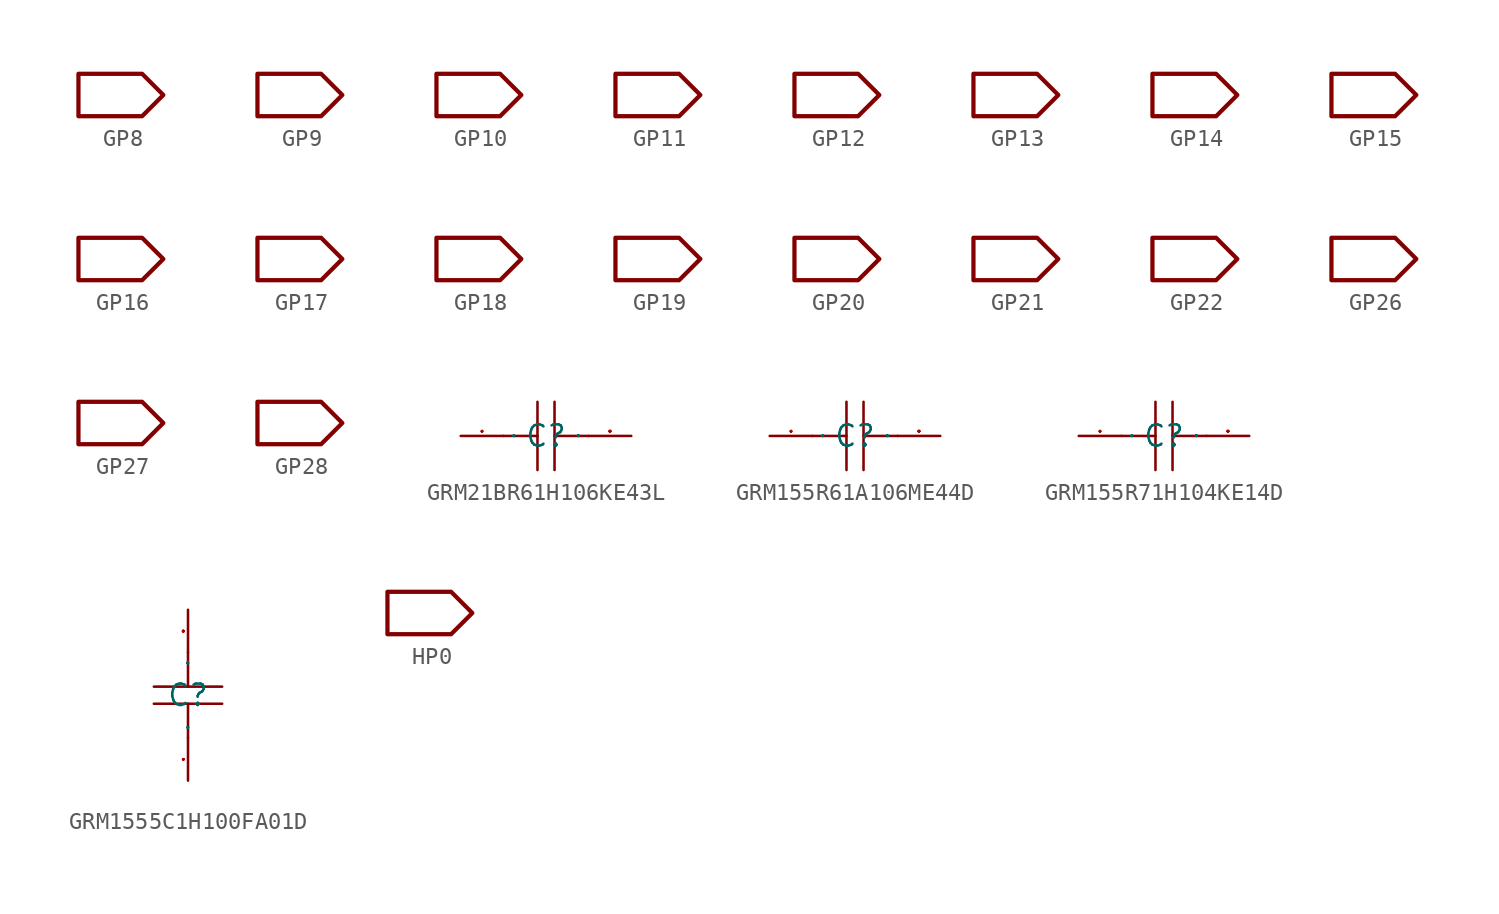
<source format=kicad_sym>
(kicad_symbol_lib
  (version 20241209)
  (generator "kicad_symbol_editor")
  (generator_version "9.0")
  (symbol "GP8"
    (power)
    (pin_numbers
      (hide yes))
    (pin_names
      (hide yes))
    (property "Reference" "#PWR"
      (at 0 0 0)
      (effects (font (size 1.27 1.27)) (hide yes)))
    (property "Value" ""
      (at 0 0 0)
      (effects (font (size 1.27 1.27))))
    (symbol "GP8_1_0"
      (polyline (pts (xy 0 0) (xy -1.27 -1.27) (xy -1.27 -1.27) (xy -5.08 -1.27) (xy -5.08 -1.27) (xy -5.08 1.27) (xy -5.08 1.27) (xy -1.27 1.27) (xy -1.27 1.27) (xy 0 0)) (stroke (width 0.254) (type default)) (fill (type none)))
      (pin input line (at 0 0 0) (length 0) (name "" (effects (font (size 0.025 0.025)))) (number "1" (effects (font (size 0 0)))))))
  (symbol "GP9"
    (power)
    (pin_numbers
      (hide yes))
    (pin_names
      (hide yes))
    (property "Reference" "#PWR"
      (at 0 0 0)
      (effects (font (size 1.27 1.27)) (hide yes)))
    (property "Value" ""
      (at 0 0 0)
      (effects (font (size 1.27 1.27))))
    (symbol "GP9_1_0"
      (polyline (pts (xy 0 0) (xy -1.27 -1.27) (xy -1.27 -1.27) (xy -5.08 -1.27) (xy -5.08 -1.27) (xy -5.08 1.27) (xy -5.08 1.27) (xy -1.27 1.27) (xy -1.27 1.27) (xy 0 0)) (stroke (width 0.254) (type default)) (fill (type none)))
      (pin input line (at 0 0 0) (length 0) (name "" (effects (font (size 0.025 0.025)))) (number "1" (effects (font (size 0 0)))))))
  (symbol "GP10"
    (power)
    (pin_numbers
      (hide yes))
    (pin_names
      (hide yes))
    (property "Reference" "#PWR"
      (at 0 0 0)
      (effects (font (size 1.27 1.27)) (hide yes)))
    (property "Value" ""
      (at 0 0 0)
      (effects (font (size 1.27 1.27))))
    (symbol "GP10_1_0"
      (polyline (pts (xy 0 0) (xy -1.27 -1.27) (xy -1.27 -1.27) (xy -5.08 -1.27) (xy -5.08 -1.27) (xy -5.08 1.27) (xy -5.08 1.27) (xy -1.27 1.27) (xy -1.27 1.27) (xy 0 0)) (stroke (width 0.254) (type default)) (fill (type none)))
      (pin input line (at 0 0 0) (length 0) (name "" (effects (font (size 0.025 0.025)))) (number "1" (effects (font (size 0 0)))))))
  (symbol "GP11"
    (power)
    (pin_numbers
      (hide yes))
    (pin_names
      (hide yes))
    (property "Reference" "#PWR"
      (at 0 0 0)
      (effects (font (size 1.27 1.27)) (hide yes)))
    (property "Value" ""
      (at 0 0 0)
      (effects (font (size 1.27 1.27))))
    (symbol "GP11_1_0"
      (polyline (pts (xy 0 0) (xy -1.27 -1.27) (xy -1.27 -1.27) (xy -5.08 -1.27) (xy -5.08 -1.27) (xy -5.08 1.27) (xy -5.08 1.27) (xy -1.27 1.27) (xy -1.27 1.27) (xy 0 0)) (stroke (width 0.254) (type default)) (fill (type none)))
      (pin input line (at 0 0 0) (length 0) (name "" (effects (font (size 0.025 0.025)))) (number "1" (effects (font (size 0 0)))))))
  (symbol "GP12"
    (power)
    (pin_numbers
      (hide yes))
    (pin_names
      (hide yes))
    (property "Reference" "#PWR"
      (at 0 0 0)
      (effects (font (size 1.27 1.27)) (hide yes)))
    (property "Value" ""
      (at 0 0 0)
      (effects (font (size 1.27 1.27))))
    (symbol "GP12_1_0"
      (polyline (pts (xy 0 0) (xy -1.27 -1.27) (xy -1.27 -1.27) (xy -5.08 -1.27) (xy -5.08 -1.27) (xy -5.08 1.27) (xy -5.08 1.27) (xy -1.27 1.27) (xy -1.27 1.27) (xy 0 0)) (stroke (width 0.254) (type default)) (fill (type none)))
      (pin input line (at 0 0 0) (length 0) (name "" (effects (font (size 0.025 0.025)))) (number "1" (effects (font (size 0 0)))))))
  (symbol "GP13"
    (power)
    (pin_numbers
      (hide yes))
    (pin_names
      (hide yes))
    (property "Reference" "#PWR"
      (at 0 0 0)
      (effects (font (size 1.27 1.27)) (hide yes)))
    (property "Value" ""
      (at 0 0 0)
      (effects (font (size 1.27 1.27))))
    (symbol "GP13_1_0"
      (polyline (pts (xy 0 0) (xy -1.27 -1.27) (xy -1.27 -1.27) (xy -5.08 -1.27) (xy -5.08 -1.27) (xy -5.08 1.27) (xy -5.08 1.27) (xy -1.27 1.27) (xy -1.27 1.27) (xy 0 0)) (stroke (width 0.254) (type default)) (fill (type none)))
      (pin input line (at 0 0 0) (length 0) (name "" (effects (font (size 0.025 0.025)))) (number "1" (effects (font (size 0 0)))))))
  (symbol "GP14"
    (power)
    (pin_numbers
      (hide yes))
    (pin_names
      (hide yes))
    (property "Reference" "#PWR"
      (at 0 0 0)
      (effects (font (size 1.27 1.27)) (hide yes)))
    (property "Value" ""
      (at 0 0 0)
      (effects (font (size 1.27 1.27))))
    (symbol "GP14_1_0"
      (polyline (pts (xy 0 0) (xy -1.27 -1.27) (xy -1.27 -1.27) (xy -5.08 -1.27) (xy -5.08 -1.27) (xy -5.08 1.27) (xy -5.08 1.27) (xy -1.27 1.27) (xy -1.27 1.27) (xy 0 0)) (stroke (width 0.254) (type default)) (fill (type none)))
      (pin input line (at 0 0 0) (length 0) (name "" (effects (font (size 0.025 0.025)))) (number "1" (effects (font (size 0 0)))))))
  (symbol "GP15"
    (power)
    (pin_numbers
      (hide yes))
    (pin_names
      (hide yes))
    (property "Reference" "#PWR"
      (at 0 0 0)
      (effects (font (size 1.27 1.27)) (hide yes)))
    (property "Value" ""
      (at 0 0 0)
      (effects (font (size 1.27 1.27))))
    (symbol "GP15_1_0"
      (polyline (pts (xy 0 0) (xy -1.27 -1.27) (xy -1.27 -1.27) (xy -5.08 -1.27) (xy -5.08 -1.27) (xy -5.08 1.27) (xy -5.08 1.27) (xy -1.27 1.27) (xy -1.27 1.27) (xy 0 0)) (stroke (width 0.254) (type default)) (fill (type none)))
      (pin input line (at 0 0 0) (length 0) (name "" (effects (font (size 0.025 0.025)))) (number "1" (effects (font (size 0 0)))))))
  (symbol "GP16"
    (power)
    (pin_numbers
      (hide yes))
    (pin_names
      (hide yes))
    (property "Reference" "#PWR"
      (at 0 0 0)
      (effects (font (size 1.27 1.27)) (hide yes)))
    (property "Value" ""
      (at 0 0 0)
      (effects (font (size 1.27 1.27))))
    (symbol "GP16_1_0"
      (polyline (pts (xy 0 0) (xy -1.27 -1.27) (xy -1.27 -1.27) (xy -5.08 -1.27) (xy -5.08 -1.27) (xy -5.08 1.27) (xy -5.08 1.27) (xy -1.27 1.27) (xy -1.27 1.27) (xy 0 0)) (stroke (width 0.254) (type default)) (fill (type none)))
      (pin input line (at 0 0 0) (length 0) (name "" (effects (font (size 0.025 0.025)))) (number "1" (effects (font (size 0 0)))))))
  (symbol "GP17"
    (power)
    (pin_numbers
      (hide yes))
    (pin_names
      (hide yes))
    (property "Reference" "#PWR"
      (at 0 0 0)
      (effects (font (size 1.27 1.27)) (hide yes)))
    (property "Value" ""
      (at 0 0 0)
      (effects (font (size 1.27 1.27))))
    (symbol "GP17_1_0"
      (polyline (pts (xy 0 0) (xy -1.27 -1.27) (xy -1.27 -1.27) (xy -5.08 -1.27) (xy -5.08 -1.27) (xy -5.08 1.27) (xy -5.08 1.27) (xy -1.27 1.27) (xy -1.27 1.27) (xy 0 0)) (stroke (width 0.254) (type default)) (fill (type none)))
      (pin input line (at 0 0 0) (length 0) (name "" (effects (font (size 0.025 0.025)))) (number "1" (effects (font (size 0 0)))))))
  (symbol "GP18"
    (power)
    (pin_numbers
      (hide yes))
    (pin_names
      (hide yes))
    (property "Reference" "#PWR"
      (at 0 0 0)
      (effects (font (size 1.27 1.27)) (hide yes)))
    (property "Value" ""
      (at 0 0 0)
      (effects (font (size 1.27 1.27))))
    (symbol "GP18_1_0"
      (polyline (pts (xy 0 0) (xy -1.27 -1.27) (xy -1.27 -1.27) (xy -5.08 -1.27) (xy -5.08 -1.27) (xy -5.08 1.27) (xy -5.08 1.27) (xy -1.27 1.27) (xy -1.27 1.27) (xy 0 0)) (stroke (width 0.254) (type default)) (fill (type none)))
      (pin input line (at 0 0 0) (length 0) (name "" (effects (font (size 0.025 0.025)))) (number "1" (effects (font (size 0 0)))))))
  (symbol "GP19"
    (power)
    (pin_numbers
      (hide yes))
    (pin_names
      (hide yes))
    (property "Reference" "#PWR"
      (at 0 0 0)
      (effects (font (size 1.27 1.27)) (hide yes)))
    (property "Value" ""
      (at 0 0 0)
      (effects (font (size 1.27 1.27))))
    (symbol "GP19_1_0"
      (polyline (pts (xy 0 0) (xy -1.27 -1.27) (xy -1.27 -1.27) (xy -5.08 -1.27) (xy -5.08 -1.27) (xy -5.08 1.27) (xy -5.08 1.27) (xy -1.27 1.27) (xy -1.27 1.27) (xy 0 0)) (stroke (width 0.254) (type default)) (fill (type none)))
      (pin input line (at 0 0 0) (length 0) (name "" (effects (font (size 0.025 0.025)))) (number "1" (effects (font (size 0 0)))))))
  (symbol "GP20"
    (power)
    (pin_numbers
      (hide yes))
    (pin_names
      (hide yes))
    (property "Reference" "#PWR"
      (at 0 0 0)
      (effects (font (size 1.27 1.27)) (hide yes)))
    (property "Value" ""
      (at 0 0 0)
      (effects (font (size 1.27 1.27))))
    (symbol "GP20_1_0"
      (polyline (pts (xy 0 0) (xy -1.27 -1.27) (xy -1.27 -1.27) (xy -5.08 -1.27) (xy -5.08 -1.27) (xy -5.08 1.27) (xy -5.08 1.27) (xy -1.27 1.27) (xy -1.27 1.27) (xy 0 0)) (stroke (width 0.254) (type default)) (fill (type none)))
      (pin input line (at 0 0 0) (length 0) (name "" (effects (font (size 0.025 0.025)))) (number "1" (effects (font (size 0 0)))))))
  (symbol "GP21"
    (power)
    (pin_numbers
      (hide yes))
    (pin_names
      (hide yes))
    (property "Reference" "#PWR"
      (at 0 0 0)
      (effects (font (size 1.27 1.27)) (hide yes)))
    (property "Value" ""
      (at 0 0 0)
      (effects (font (size 1.27 1.27))))
    (symbol "GP21_1_0"
      (polyline (pts (xy 0 0) (xy -1.27 -1.27) (xy -1.27 -1.27) (xy -5.08 -1.27) (xy -5.08 -1.27) (xy -5.08 1.27) (xy -5.08 1.27) (xy -1.27 1.27) (xy -1.27 1.27) (xy 0 0)) (stroke (width 0.254) (type default)) (fill (type none)))
      (pin input line (at 0 0 0) (length 0) (name "" (effects (font (size 0.025 0.025)))) (number "1" (effects (font (size 0 0)))))))
  (symbol "GP22"
    (power)
    (pin_numbers
      (hide yes))
    (pin_names
      (hide yes))
    (property "Reference" "#PWR"
      (at 0 0 0)
      (effects (font (size 1.27 1.27)) (hide yes)))
    (property "Value" ""
      (at 0 0 0)
      (effects (font (size 1.27 1.27))))
    (symbol "GP22_1_0"
      (polyline (pts (xy 0 0) (xy -1.27 -1.27) (xy -1.27 -1.27) (xy -5.08 -1.27) (xy -5.08 -1.27) (xy -5.08 1.27) (xy -5.08 1.27) (xy -1.27 1.27) (xy -1.27 1.27) (xy 0 0)) (stroke (width 0.254) (type default)) (fill (type none)))
      (pin input line (at 0 0 0) (length 0) (name "" (effects (font (size 0.025 0.025)))) (number "1" (effects (font (size 0 0)))))))
  (symbol "GP26"
    (power)
    (pin_numbers
      (hide yes))
    (pin_names
      (hide yes))
    (property "Reference" "#PWR"
      (at 0 0 0)
      (effects (font (size 1.27 1.27)) (hide yes)))
    (property "Value" ""
      (at 0 0 0)
      (effects (font (size 1.27 1.27))))
    (symbol "GP26_1_0"
      (polyline (pts (xy 0 0) (xy -1.27 -1.27) (xy -1.27 -1.27) (xy -5.08 -1.27) (xy -5.08 -1.27) (xy -5.08 1.27) (xy -5.08 1.27) (xy -1.27 1.27) (xy -1.27 1.27) (xy 0 0)) (stroke (width 0.254) (type default)) (fill (type none)))
      (pin input line (at 0 0 0) (length 0) (name "" (effects (font (size 0.025 0.025)))) (number "1" (effects (font (size 0 0)))))))
  (symbol "GP27"
    (power)
    (pin_numbers
      (hide yes))
    (pin_names
      (hide yes))
    (property "Reference" "#PWR"
      (at 0 0 0)
      (effects (font (size 1.27 1.27)) (hide yes)))
    (property "Value" ""
      (at 0 0 0)
      (effects (font (size 1.27 1.27))))
    (symbol "GP27_1_0"
      (polyline (pts (xy 0 0) (xy -1.27 -1.27) (xy -1.27 -1.27) (xy -5.08 -1.27) (xy -5.08 -1.27) (xy -5.08 1.27) (xy -5.08 1.27) (xy -1.27 1.27) (xy -1.27 1.27) (xy 0 0)) (stroke (width 0.254) (type default)) (fill (type none)))
      (pin input line (at 0 0 0) (length 0) (name "" (effects (font (size 0.025 0.025)))) (number "1" (effects (font (size 0 0)))))))
  (symbol "GP28"
    (power)
    (pin_numbers
      (hide yes))
    (pin_names
      (hide yes))
    (property "Reference" "#PWR"
      (at 0 0 0)
      (effects (font (size 1.27 1.27)) (hide yes)))
    (property "Value" ""
      (at 0 0 0)
      (effects (font (size 1.27 1.27))))
    (symbol "GP28_1_0"
      (polyline (pts (xy 0 0) (xy -1.27 -1.27) (xy -1.27 -1.27) (xy -5.08 -1.27) (xy -5.08 -1.27) (xy -5.08 1.27) (xy -5.08 1.27) (xy -1.27 1.27) (xy -1.27 1.27) (xy 0 0)) (stroke (width 0.254) (type default)) (fill (type none)))
      (pin input line (at 0 0 0) (length 0) (name "" (effects (font (size 0.025 0.025)))) (number "1" (effects (font (size 0 0)))))))
  (symbol "GRM21BR61H106KE43L"
    (property "Reference" "C"
      (at 0 0 0)
      (effects (font (size 1.27 1.27))))
    (symbol "GRM21BR61H106KE43L_1_0"
      (polyline (pts (xy -0.508 0) (xy -2.54 0)) (stroke (width 0) (type default)) (fill (type none)))
      (polyline (pts (xy -0.508 -2.032) (xy -0.508 2.032)) (stroke (width 0) (type default)) (fill (type none)))
      (polyline (pts (xy 0.508 2.032) (xy 0.508 -2.032)) (stroke (width 0) (type default)) (fill (type none)))
      (polyline (pts (xy 2.54 0) (xy 0.508 0)) (stroke (width 0) (type default)) (fill (type none)))
      (pin unspecified line (at -5.08 0 0) (length 2.54) (name "1" (effects (font (size 0.025 0.025)))) (number "1" (effects (font (size 0.025 0.025)))))
      (pin unspecified line (at 5.08 0 180) (length 2.54) (name "2" (effects (font (size 0.025 0.025)))) (number "2" (effects (font (size 0.025 0.025)))))))
  (symbol "GRM155R61A106ME44D"
    (property "Reference" "C"
      (at 0 0 0)
      (effects (font (size 1.27 1.27))))
    (symbol "GRM155R61A106ME44D_1_0"
      (polyline (pts (xy -0.508 0) (xy -2.54 0)) (stroke (width 0) (type default)) (fill (type none)))
      (polyline (pts (xy -0.508 -2.032) (xy -0.508 2.032)) (stroke (width 0) (type default)) (fill (type none)))
      (polyline (pts (xy 0.508 2.032) (xy 0.508 -2.032)) (stroke (width 0) (type default)) (fill (type none)))
      (polyline (pts (xy 2.54 0) (xy 0.508 0)) (stroke (width 0) (type default)) (fill (type none)))
      (pin input line (at -5.08 0 0) (length 2.54) (name "1" (effects (font (size 0.025 0.025)))) (number "1" (effects (font (size 0.025 0.025)))))
      (pin input line (at 5.08 0 180) (length 2.54) (name "2" (effects (font (size 0.025 0.025)))) (number "2" (effects (font (size 0.025 0.025)))))))
  (symbol "GRM155R71H104KE14D"
    (property "Reference" "C"
      (at 0 0 0)
      (effects (font (size 1.27 1.27))))
    (symbol "GRM155R71H104KE14D_1_0"
      (polyline (pts (xy -0.508 0) (xy -2.54 0)) (stroke (width 0) (type default)) (fill (type none)))
      (polyline (pts (xy -0.508 -2.032) (xy -0.508 2.032)) (stroke (width 0) (type default)) (fill (type none)))
      (polyline (pts (xy 0.508 2.032) (xy 0.508 -2.032)) (stroke (width 0) (type default)) (fill (type none)))
      (polyline (pts (xy 2.54 0) (xy 0.508 0)) (stroke (width 0) (type default)) (fill (type none)))
      (pin input line (at -5.08 0 0) (length 2.54) (name "1" (effects (font (size 0.025 0.025)))) (number "1" (effects (font (size 0.025 0.025)))))
      (pin input line (at 5.08 0 180) (length 2.54) (name "2" (effects (font (size 0.025 0.025)))) (number "2" (effects (font (size 0.025 0.025)))))))
  (symbol "GRM1555C1H100FA01D"
    (property "Reference" "C"
      (at 0 0 0)
      (effects (font (size 1.27 1.27))))
    (property "Value" ""
      (at 0 0 0)
      (effects (font (size 1.27 1.27))))
    (symbol "GRM1555C1H100FA01D_1_0"
      (polyline (pts (xy -2.032 0.508) (xy 2.032 0.508)) (stroke (width 0) (type default)) (fill (type none)))
      (polyline (pts (xy 0 2.54) (xy 0 0.508)) (stroke (width 0) (type default)) (fill (type none)))
      (polyline (pts (xy 0 -0.508) (xy 0 -2.54)) (stroke (width 0) (type default)) (fill (type none)))
      (polyline (pts (xy 2.032 -0.508) (xy -2.032 -0.508)) (stroke (width 0) (type default)) (fill (type none)))
      (pin input line (at 0 5.08 270) (length 2.54) (name "2" (effects (font (size 0.025 0.025)))) (number "2" (effects (font (size 0.025 0.025)))))
      (pin input line (at 0 -5.08 90) (length 2.54) (name "1" (effects (font (size 0.025 0.025)))) (number "1" (effects (font (size 0.025 0.025)))))))
  (symbol "HP0"
    (power)
    (pin_numbers
      (hide yes))
    (pin_names
      (hide yes))
    (property "Reference" "#PWR"
      (at 0 0 0)
      (effects (font (size 1.27 1.27)) (hide yes)))
    (property "Value" ""
      (at 0 0 0)
      (effects (font (size 1.27 1.27))))
    (symbol "HP0_1_0"
      (polyline (pts (xy 0 0) (xy -1.27 -1.27) (xy -1.27 -1.27) (xy -5.08 -1.27) (xy -5.08 -1.27) (xy -5.08 1.27) (xy -5.08 1.27) (xy -1.27 1.27) (xy -1.27 1.27) (xy 0 0)) (stroke (width 0.254) (type default)) (fill (type none)))
      (pin input line (at 0 0 0) (length 0) (name "" (effects (font (size 0.025 0.025)))) (number "1" (effects (font (size 0 0))))))))
</source>
